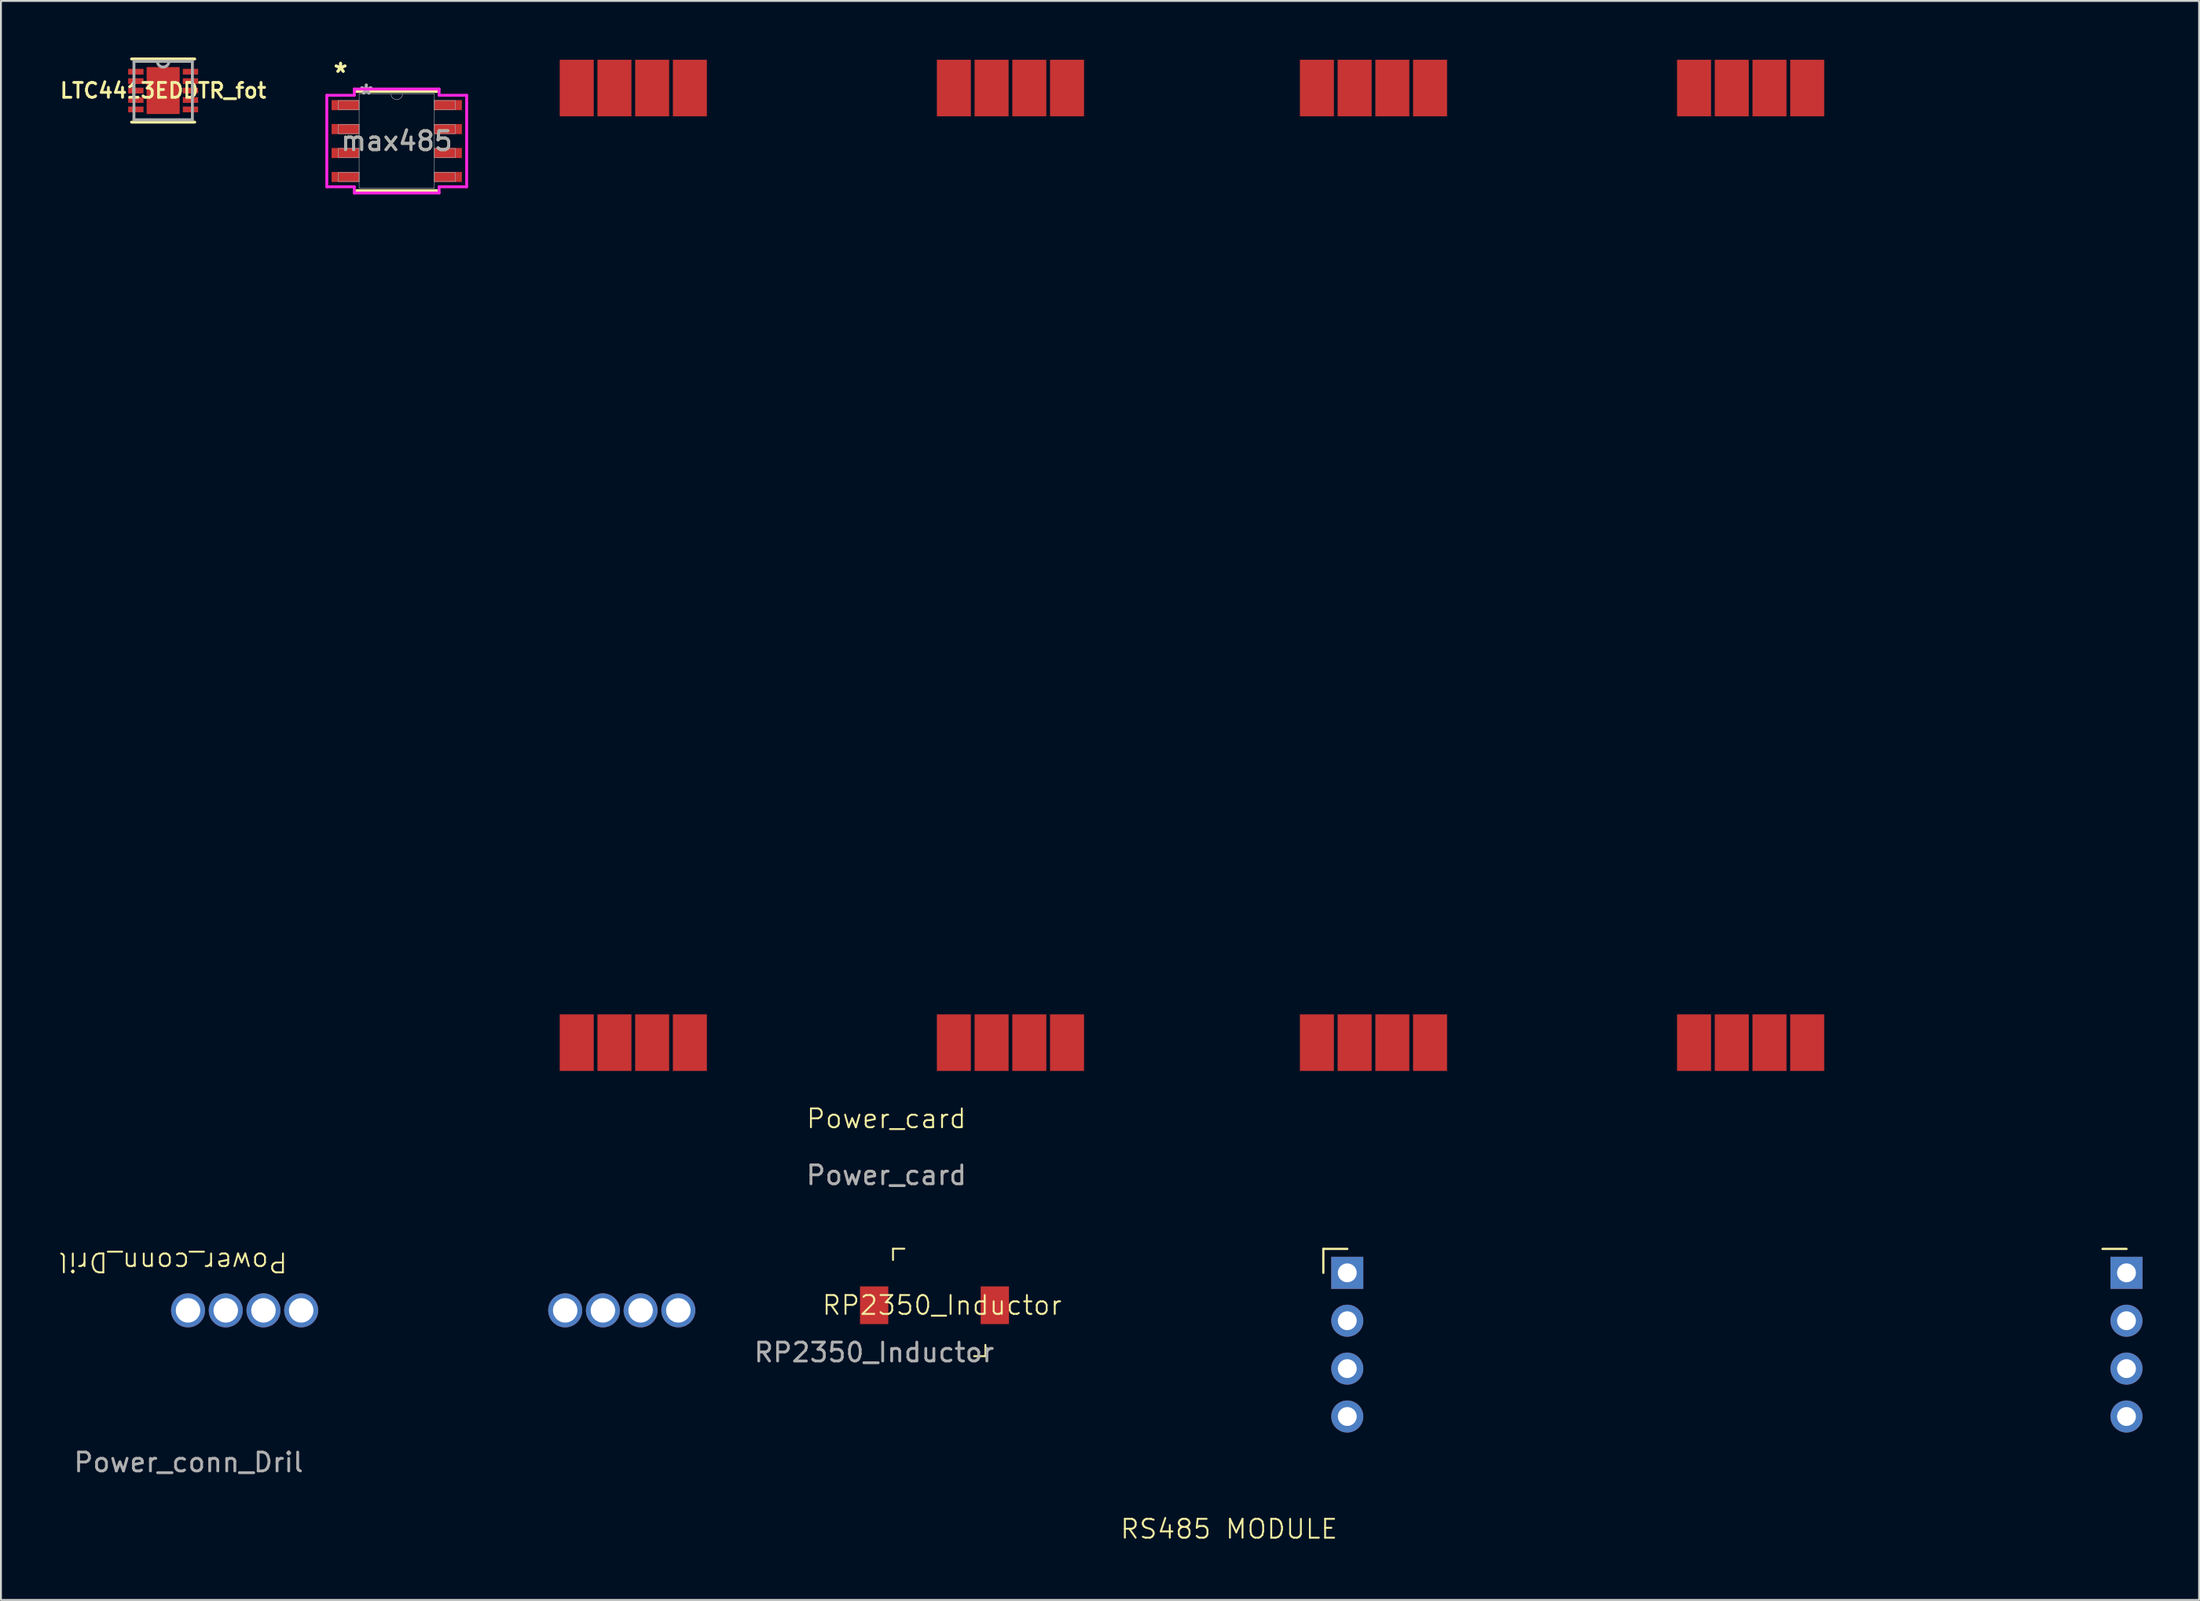
<source format=kicad_pcb>
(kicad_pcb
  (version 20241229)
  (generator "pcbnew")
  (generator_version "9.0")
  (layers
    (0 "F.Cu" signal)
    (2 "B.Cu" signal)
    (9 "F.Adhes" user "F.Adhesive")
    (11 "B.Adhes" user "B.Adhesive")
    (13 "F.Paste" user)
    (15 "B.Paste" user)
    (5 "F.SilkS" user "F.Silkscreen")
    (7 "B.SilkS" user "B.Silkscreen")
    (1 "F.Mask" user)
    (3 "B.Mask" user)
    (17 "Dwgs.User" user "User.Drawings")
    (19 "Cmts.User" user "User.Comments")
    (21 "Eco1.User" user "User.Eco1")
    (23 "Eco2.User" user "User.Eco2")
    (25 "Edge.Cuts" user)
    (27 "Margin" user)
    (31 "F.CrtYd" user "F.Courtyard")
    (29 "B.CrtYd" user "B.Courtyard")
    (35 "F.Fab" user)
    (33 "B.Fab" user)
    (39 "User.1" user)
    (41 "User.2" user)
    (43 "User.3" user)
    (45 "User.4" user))
  (footprint "RS485 MODULE"
    (layer "F.Cu")
    (at 67.074 73.398)
    (property "Reference" "RS485 MODULE" (at -4.95 4.65 0) (unlocked yes) (layer "F.SilkS") (effects (font (size 1 1) (thickness 0.1))))
    (attr smd)
    (fp_line (start 0.05 -10.21) (end 1.32 -10.21) (stroke (width 0.12) (type solid)) (layer "F.SilkS"))
    (fp_line (start 0.05 -8.94) (end 0.05 -10.21) (stroke (width 0.12) (type solid)) (layer "F.SilkS"))
    (fp_line (start 41.37 -10.21) (end 42.64 -10.21) (stroke (width 0.12) (type solid)) (layer "F.SilkS"))
    (fp_line (start 1 -9.26) (end 1 -8.62) (stroke (width 0.1) (type solid)) (layer "F.Fab"))
    (fp_line (start 1 -6.72) (end 1 -6.08) (stroke (width 0.1) (type solid)) (layer "F.Fab"))
    (fp_line (start 1 -4.18) (end 1 -3.54) (stroke (width 0.1) (type solid)) (layer "F.Fab"))
    (fp_line (start 1 -1.64) (end 1 -1) (stroke (width 0.1) (type solid)) (layer "F.Fab"))
    (fp_line (start 42.32 -9.26) (end 42.32 -8.62) (stroke (width 0.1) (type solid)) (layer "F.Fab"))
    (fp_line (start 42.32 -6.72) (end 42.32 -6.08) (stroke (width 0.1) (type solid)) (layer "F.Fab"))
    (fp_line (start 42.32 -4.18) (end 42.32 -3.54) (stroke (width 0.1) (type solid)) (layer "F.Fab"))
    (fp_line (start 42.32 -1.64) (end 42.32 -1) (stroke (width 0.1) (type solid)) (layer "F.Fab"))
    (pad "1" thru_hole rect (at 1.32 -8.94) (size 1.7 1.7) (drill 1) (layers "*.Cu" "*.Mask"))
    (pad "2" thru_hole oval (at 1.32 -6.4) (size 1.7 1.7) (drill 1) (layers "*.Cu" "*.Mask"))
    (pad "3" thru_hole oval (at 1.32 -3.86) (size 1.7 1.7) (drill 1) (layers "*.Cu" "*.Mask"))
    (pad "4" thru_hole oval (at 1.32 -1.32) (size 1.7 1.7) (drill 1) (layers "*.Cu" "*.Mask"))
    (pad "5" thru_hole rect (at 42.64 -8.94) (size 1.7 1.7) (drill 1) (layers "*.Cu" "*.Mask"))
    (pad "6" thru_hole oval (at 42.64 -6.4) (size 1.7 1.7) (drill 1) (layers "*.Cu" "*.Mask"))
    (pad "7" thru_hole oval (at 42.64 -3.86) (size 1.7 1.7) (drill 1) (layers "*.Cu" "*.Mask"))
    (pad "8" thru_hole oval (at 42.64 -1.32) (size 1.7 1.7) (drill 1) (layers "*.Cu" "*.Mask")))
  (footprint "Power_card"
    (layer "F.Cu")
    (at 25.023 51.94)
    (property "Reference" "Power_card" (at 18.93 4.34 0) (unlocked yes) (layer "F.SilkS") (effects (font (size 1 1) (thickness 0.1))))
    (attr smd)
    (fp_rect (start 0 -51.89) (end 69.75 1.92) (stroke (width 0.1) (type default)) (fill no) (layer "Margin"))
    (fp_text user "${REFERENCE}" (at 18.93 7.34 0) (unlocked yes) (layer "F.Fab") (effects (font (size 1 1) (thickness 0.15))))
    (pad "1" smd rect (at 2.51 0.31 90) (size 3 1.803) (layers "F.Cu" "F.Mask" "F.Paste"))
    (pad "1" smd rect (at 4.51 0.31 90) (size 3 1.803) (layers "F.Cu" "F.Mask" "F.Paste"))
    (pad "1" smd rect (at 6.51 0.31 90) (size 3 1.803) (layers "F.Cu" "F.Mask" "F.Paste"))
    (pad "1" smd rect (at 8.51 0.31 90) (size 3 1.803) (layers "F.Cu" "F.Mask" "F.Paste"))
    (pad "2" smd rect (at 22.51 0.31 90) (size 3 1.803) (layers "F.Cu" "F.Mask" "F.Paste"))
    (pad "2" smd rect (at 24.51 0.31 90) (size 3 1.803) (layers "F.Cu" "F.Mask" "F.Paste"))
    (pad "2" smd rect (at 26.51 0.31 90) (size 3 1.803) (layers "F.Cu" "F.Mask" "F.Paste"))
    (pad "2" smd rect (at 28.51 0.31 90) (size 3 1.803) (layers "F.Cu" "F.Mask" "F.Paste"))
    (pad "3" smd rect (at 41.76 0.31 90) (size 3 1.803) (layers "F.Cu" "F.Mask" "F.Paste"))
    (pad "3" smd rect (at 43.76 0.31 90) (size 3 1.803) (layers "F.Cu" "F.Mask" "F.Paste"))
    (pad "3" smd rect (at 45.76 0.31 90) (size 3 1.803) (layers "F.Cu" "F.Mask" "F.Paste"))
    (pad "3" smd rect (at 47.76 0.31 90) (size 3 1.803) (layers "F.Cu" "F.Mask" "F.Paste"))
    (pad "4" smd rect (at 61.76 0.31 90) (size 3 1.803) (layers "F.Cu" "F.Mask" "F.Paste"))
    (pad "4" smd rect (at 63.76 0.31 90) (size 3 1.803) (layers "F.Cu" "F.Mask" "F.Paste"))
    (pad "4" smd rect (at 65.76 0.31 90) (size 3 1.803) (layers "F.Cu" "F.Mask" "F.Paste"))
    (pad "4" smd rect (at 67.76 0.31 90) (size 3 1.803) (layers "F.Cu" "F.Mask" "F.Paste"))
    (pad "5" smd rect (at 2.51 -50.32 90) (size 3 1.803) (layers "F.Cu" "F.Mask" "F.Paste"))
    (pad "5" smd rect (at 4.51 -50.32 90) (size 3 1.803) (layers "F.Cu" "F.Mask" "F.Paste"))
    (pad "5" smd rect (at 6.51 -50.32 90) (size 3 1.803) (layers "F.Cu" "F.Mask" "F.Paste"))
    (pad "5" smd rect (at 8.51 -50.32 90) (size 3 1.803) (layers "F.Cu" "F.Mask" "F.Paste"))
    (pad "6" smd rect (at 22.51 -50.32 90) (size 3 1.803) (layers "F.Cu" "F.Mask" "F.Paste"))
    (pad "6" smd rect (at 24.51 -50.32 90) (size 3 1.803) (layers "F.Cu" "F.Mask" "F.Paste"))
    (pad "6" smd rect (at 26.51 -50.32 90) (size 3 1.803) (layers "F.Cu" "F.Mask" "F.Paste"))
    (pad "6" smd rect (at 28.51 -50.32 90) (size 3 1.803) (layers "F.Cu" "F.Mask" "F.Paste"))
    (pad "7" smd rect (at 41.76 -50.32 90) (size 3 1.803) (layers "F.Cu" "F.Mask" "F.Paste"))
    (pad "7" smd rect (at 43.76 -50.32 90) (size 3 1.803) (layers "F.Cu" "F.Mask" "F.Paste"))
    (pad "7" smd rect (at 45.76 -50.32 90) (size 3 1.803) (layers "F.Cu" "F.Mask" "F.Paste"))
    (pad "7" smd rect (at 47.76 -50.32 90) (size 3 1.803) (layers "F.Cu" "F.Mask" "F.Paste"))
    (pad "8" smd rect (at 61.76 -50.32 90) (size 3 1.803) (layers "F.Cu" "F.Mask" "F.Paste"))
    (pad "8" smd rect (at 63.76 -50.32 90) (size 3 1.803) (layers "F.Cu" "F.Mask" "F.Paste"))
    (pad "8" smd rect (at 65.76 -50.32 90) (size 3 1.803) (layers "F.Cu" "F.Mask" "F.Paste"))
    (pad "8" smd rect (at 67.76 -50.32 90) (size 3 1.803) (layers "F.Cu" "F.Mask" "F.Paste")))
  (footprint "max485"
    (layer "F.Cu")
    (at 17.988 4.43)
    (property "Reference" "max485" (at 0 0 0) (unlocked yes) (layer "F.SilkS") (effects (font (size 1 1) (thickness 0.15))))
    (attr smd)
    (fp_line (start -2.121 2.629) (end 2.121 2.629) (stroke (width 0.152) (type solid)) (layer "F.SilkS"))
    (fp_line (start 2.121 -2.629) (end -2.121 -2.629) (stroke (width 0.152) (type solid)) (layer "F.SilkS"))
    (fp_line (start -3.708 -2.426) (end -2.248 -2.426) (stroke (width 0.152) (type solid)) (layer "F.CrtYd"))
    (fp_line (start -3.708 2.426) (end -3.708 -2.426) (stroke (width 0.152) (type solid)) (layer "F.CrtYd"))
    (fp_line (start -3.708 2.426) (end -2.248 2.426) (stroke (width 0.152) (type solid)) (layer "F.CrtYd"))
    (fp_line (start -2.248 -2.756) (end 2.248 -2.756) (stroke (width 0.152) (type solid)) (layer "F.CrtYd"))
    (fp_line (start -2.248 -2.426) (end -2.248 -2.756) (stroke (width 0.152) (type solid)) (layer "F.CrtYd"))
    (fp_line (start -2.248 2.756) (end -2.248 2.426) (stroke (width 0.152) (type solid)) (layer "F.CrtYd"))
    (fp_line (start 2.248 -2.756) (end 2.248 -2.426) (stroke (width 0.152) (type solid)) (layer "F.CrtYd"))
    (fp_line (start 2.248 2.426) (end 2.248 2.756) (stroke (width 0.152) (type solid)) (layer "F.CrtYd"))
    (fp_line (start 2.248 2.756) (end -2.248 2.756) (stroke (width 0.152) (type solid)) (layer "F.CrtYd"))
    (fp_line (start 3.708 -2.426) (end 2.248 -2.426) (stroke (width 0.152) (type solid)) (layer "F.CrtYd"))
    (fp_line (start 3.708 -2.426) (end 3.708 2.426) (stroke (width 0.152) (type solid)) (layer "F.CrtYd"))
    (fp_line (start 3.708 2.426) (end 2.248 2.426) (stroke (width 0.152) (type solid)) (layer "F.CrtYd"))
    (fp_line (start -3.099 -2.146) (end -3.099 -1.664) (stroke (width 0.025) (type solid)) (layer "F.Fab"))
    (fp_line (start -3.099 -1.664) (end -1.994 -1.664) (stroke (width 0.025) (type solid)) (layer "F.Fab"))
    (fp_line (start -3.099 -0.876) (end -3.099 -0.394) (stroke (width 0.025) (type solid)) (layer "F.Fab"))
    (fp_line (start -3.099 -0.394) (end -1.994 -0.394) (stroke (width 0.025) (type solid)) (layer "F.Fab"))
    (fp_line (start -3.099 0.394) (end -3.099 0.876) (stroke (width 0.025) (type solid)) (layer "F.Fab"))
    (fp_line (start -3.099 0.876) (end -1.994 0.876) (stroke (width 0.025) (type solid)) (layer "F.Fab"))
    (fp_line (start -3.099 1.664) (end -3.099 2.146) (stroke (width 0.025) (type solid)) (layer "F.Fab"))
    (fp_line (start -3.099 2.146) (end -1.994 2.146) (stroke (width 0.025) (type solid)) (layer "F.Fab"))
    (fp_line (start -1.994 -2.502) (end -1.994 2.502) (stroke (width 0.025) (type solid)) (layer "F.Fab"))
    (fp_line (start -1.994 -2.146) (end -3.099 -2.146) (stroke (width 0.025) (type solid)) (layer "F.Fab"))
    (fp_line (start -1.994 -1.664) (end -1.994 -2.146) (stroke (width 0.025) (type solid)) (layer "F.Fab"))
    (fp_line (start -1.994 -0.876) (end -3.099 -0.876) (stroke (width 0.025) (type solid)) (layer "F.Fab"))
    (fp_line (start -1.994 -0.394) (end -1.994 -0.876) (stroke (width 0.025) (type solid)) (layer "F.Fab"))
    (fp_line (start -1.994 0.394) (end -3.099 0.394) (stroke (width 0.025) (type solid)) (layer "F.Fab"))
    (fp_line (start -1.994 0.876) (end -1.994 0.394) (stroke (width 0.025) (type solid)) (layer "F.Fab"))
    (fp_line (start -1.994 1.664) (end -3.099 1.664) (stroke (width 0.025) (type solid)) (layer "F.Fab"))
    (fp_line (start -1.994 2.146) (end -1.994 1.664) (stroke (width 0.025) (type solid)) (layer "F.Fab"))
    (fp_line (start -1.994 2.502) (end 1.994 2.502) (stroke (width 0.025) (type solid)) (layer "F.Fab"))
    (fp_line (start 1.994 -2.502) (end -1.994 -2.502) (stroke (width 0.025) (type solid)) (layer "F.Fab"))
    (fp_line (start 1.994 -2.146) (end 1.994 -1.664) (stroke (width 0.025) (type solid)) (layer "F.Fab"))
    (fp_line (start 1.994 -1.664) (end 3.099 -1.664) (stroke (width 0.025) (type solid)) (layer "F.Fab"))
    (fp_line (start 1.994 -0.876) (end 1.994 -0.394) (stroke (width 0.025) (type solid)) (layer "F.Fab"))
    (fp_line (start 1.994 -0.394) (end 3.099 -0.394) (stroke (width 0.025) (type solid)) (layer "F.Fab"))
    (fp_line (start 1.994 0.394) (end 1.994 0.876) (stroke (width 0.025) (type solid)) (layer "F.Fab"))
    (fp_line (start 1.994 0.876) (end 3.099 0.876) (stroke (width 0.025) (type solid)) (layer "F.Fab"))
    (fp_line (start 1.994 1.664) (end 1.994 2.146) (stroke (width 0.025) (type solid)) (layer "F.Fab"))
    (fp_line (start 1.994 2.146) (end 3.099 2.146) (stroke (width 0.025) (type solid)) (layer "F.Fab"))
    (fp_line (start 1.994 2.502) (end 1.994 -2.502) (stroke (width 0.025) (type solid)) (layer "F.Fab"))
    (fp_line (start 3.099 -2.146) (end 1.994 -2.146) (stroke (width 0.025) (type solid)) (layer "F.Fab"))
    (fp_line (start 3.099 -1.664) (end 3.099 -2.146) (stroke (width 0.025) (type solid)) (layer "F.Fab"))
    (fp_line (start 3.099 -0.876) (end 1.994 -0.876) (stroke (width 0.025) (type solid)) (layer "F.Fab"))
    (fp_line (start 3.099 -0.394) (end 3.099 -0.876) (stroke (width 0.025) (type solid)) (layer "F.Fab"))
    (fp_line (start 3.099 0.394) (end 1.994 0.394) (stroke (width 0.025) (type solid)) (layer "F.Fab"))
    (fp_line (start 3.099 0.876) (end 3.099 0.394) (stroke (width 0.025) (type solid)) (layer "F.Fab"))
    (fp_line (start 3.099 1.664) (end 1.994 1.664) (stroke (width 0.025) (type solid)) (layer "F.Fab"))
    (fp_line (start 3.099 2.146) (end 3.099 1.664) (stroke (width 0.025) (type solid)) (layer "F.Fab"))
    (fp_arc (start 0.3048 -2.5019) (mid 0 -2.1971) (end -0.3048 -2.5019) (stroke (width 0.0254) (type solid)) (layer "F.Fab"))
    (fp_text user "*" (at -2.978 -3.581 0) (layer "F.SilkS") (effects (font (size 1 1) (thickness 0.15))))
    (fp_text user "*" (at -2.978 -3.581 0) (unlocked yes) (layer "F.SilkS") (effects (font (size 1 1) (thickness 0.15))))
    (fp_text user "*" (at -1.613 -2.426 0) (layer "F.Fab") (effects (font (size 1 1) (thickness 0.15))))
    (fp_text user "*" (at -1.613 -2.426 0) (unlocked yes) (layer "F.Fab") (effects (font (size 1 1) (thickness 0.15))))
    (fp_text user "${REFERENCE}" (at 0 0 0) (unlocked yes) (layer "F.Fab") (effects (font (size 1 1) (thickness 0.15))))
    (pad "1" smd rect (at -2.724 -1.905) (size 1.46 0.533) (layers "F.Cu" "F.Mask" "F.Paste"))
    (pad "2" smd rect (at -2.724 -0.635) (size 1.46 0.533) (layers "F.Cu" "F.Mask" "F.Paste"))
    (pad "3" smd rect (at -2.724 0.635) (size 1.46 0.533) (layers "F.Cu" "F.Mask" "F.Paste"))
    (pad "4" smd rect (at -2.724 1.905) (size 1.46 0.533) (layers "F.Cu" "F.Mask" "F.Paste"))
    (pad "5" smd rect (at 2.724 1.905) (size 1.46 0.533) (layers "F.Cu" "F.Mask" "F.Paste"))
    (pad "6" smd rect (at 2.724 0.635) (size 1.46 0.533) (layers "F.Cu" "F.Mask" "F.Paste"))
    (pad "7" smd rect (at 2.724 -0.635) (size 1.46 0.533) (layers "F.Cu" "F.Mask" "F.Paste"))
    (pad "8" smd rect (at 2.724 -1.905) (size 1.46 0.533) (layers "F.Cu" "F.Mask" "F.Paste")))
  (footprint "LTC4413EDDTR_fot"
    (layer "F.Cu")
    (at 5.602 1.753)
    (property "Reference" "LTC4413EDDTR_fot" (at 0 0 0) (layer "F.SilkS") (effects (font (size 0.787 0.787) (thickness 0.15))))
    (attr smd)
    (fp_line (start -1.676 1.676) (end 1.676 1.676) (stroke (width 0.152) (type solid)) (layer "F.SilkS"))
    (fp_line (start 1.676 -1.676) (end -1.676 -1.676) (stroke (width 0.152) (type solid)) (layer "F.SilkS"))
    (fp_poly (pts (xy -0.876 -1.245) (xy -0.876 1.245) (xy 0.876 1.245) (xy 0.876 -1.245)) (stroke (width 0.025) (type solid)) (fill yes) (layer "F.Paste"))
    (fp_line (start -1.549 -1.549) (end -1.549 1.549) (stroke (width 0.152) (type solid)) (layer "F.Fab"))
    (fp_line (start -1.549 1.549) (end 1.549 1.549) (stroke (width 0.152) (type solid)) (layer "F.Fab"))
    (fp_line (start -0.305 -1.549) (end -1.549 -1.549) (stroke (width 0.152) (type solid)) (layer "F.Fab"))
    (fp_line (start 0.305 -1.549) (end -0.305 -1.549) (stroke (width 0.152) (type solid)) (layer "F.Fab"))
    (fp_line (start 1.549 -1.549) (end 0.305 -1.549) (stroke (width 0.152) (type solid)) (layer "F.Fab"))
    (fp_line (start 1.549 1.549) (end 1.549 -1.549) (stroke (width 0.152) (type solid)) (layer "F.Fab"))
    (fp_arc (start 0.3048 -1.5494) (mid 0 -1.2446) (end -0.3048 -1.5494) (stroke (width 0.1524) (type solid)) (layer "F.Fab"))
    (pad "1" smd rect (at -1.448 -1) (size 0.813 0.305) (layers "F.Cu" "F.Mask" "F.Paste"))
    (pad "2" smd rect (at -1.448 -0.5) (size 0.813 0.305) (layers "F.Cu" "F.Mask" "F.Paste"))
    (pad "3" smd rect (at -1.448 0) (size 0.813 0.305) (layers "F.Cu" "F.Mask" "F.Paste"))
    (pad "4" smd rect (at -1.448 0.5) (size 0.813 0.305) (layers "F.Cu" "F.Mask" "F.Paste"))
    (pad "5" smd rect (at -1.448 1) (size 0.813 0.305) (layers "F.Cu" "F.Mask" "F.Paste"))
    (pad "6" smd rect (at 1.448 1) (size 0.813 0.305) (layers "F.Cu" "F.Mask" "F.Paste"))
    (pad "7" smd rect (at 1.448 0.5) (size 0.813 0.305) (layers "F.Cu" "F.Mask" "F.Paste"))
    (pad "8" smd rect (at 1.448 0) (size 0.813 0.305) (layers "F.Cu" "F.Mask" "F.Paste"))
    (pad "9" smd rect (at 1.448 -0.5) (size 0.813 0.305) (layers "F.Cu" "F.Mask" "F.Paste"))
    (pad "10" smd rect (at 1.448 -1) (size 0.813 0.305) (layers "F.Cu" "F.Mask" "F.Paste"))
    (pad "11" smd rect (at 0 0) (size 1.753 2.489) (layers "F.Cu" "F.Mask")))
  (footprint "RP2350_Inductor"
    (layer "F.Cu")
    (at 43.305 66.178)
    (property "Reference" "RP2350_Inductor" (at 3.6 0 0) (unlocked yes) (layer "F.SilkS") (effects (font (size 1 1) (thickness 0.1))))
    (attr smd)
    (fp_line (start 1 -3) (end 1 -2.4) (stroke (width 0.1) (type default)) (layer "F.SilkS"))
    (fp_line (start 1.6 -3) (end 1 -3) (stroke (width 0.1) (type default)) (layer "F.SilkS"))
    (fp_line (start 5.9 2.1) (end 5.9 2.7) (stroke (width 0.1) (type default)) (layer "F.SilkS"))
    (fp_line (start 5.9 2.7) (end 5.3 2.7) (stroke (width 0.1) (type default)) (layer "F.SilkS"))
    (fp_text user "${REFERENCE}" (at 0 2.5 0) (unlocked yes) (layer "F.Fab") (effects (font (size 1 1) (thickness 0.15))))
    (pad "1" smd rect (at 0 0) (size 1.5 2) (layers "F.Cu" "F.Mask" "F.Paste"))
    (pad "2" smd rect (at 6.4 0) (size 1.5 2) (layers "F.Cu" "F.Mask" "F.Paste")))
  (footprint "Power_conn_Dril"
    (layer "F.Cu")
    (at 6.921 66.449)
    (property "Reference" "Power_conn_Dril" (at -0.8 -2.56 180) (unlocked yes) (layer "F.SilkS") (effects (font (size 1 1) (thickness 0.1))))
    (attr smd)
    (fp_text user "${REFERENCE}" (at 0.03 8.06 0) (unlocked yes) (layer "F.Fab") (effects (font (size 1 1) (thickness 0.15))))
    (pad "1" thru_hole circle (at 0 0) (size 1.803 1.803) (drill 1.295) (layers "*.Cu" "*.Mask"))
    (pad "1" thru_hole circle (at 2 0) (size 1.803 1.803) (drill 1.295) (layers "*.Cu" "*.Mask"))
    (pad "1" thru_hole circle (at 4 0) (size 1.803 1.803) (drill 1.295) (layers "*.Cu" "*.Mask"))
    (pad "1" thru_hole circle (at 6 0) (size 1.803 1.803) (drill 1.295) (layers "*.Cu" "*.Mask"))
    (pad "2" thru_hole circle (at 20 0) (size 1.803 1.803) (drill 1.295) (layers "*.Cu" "*.Mask"))
    (pad "2" thru_hole circle (at 22 0) (size 1.803 1.803) (drill 1.295) (layers "*.Cu" "*.Mask"))
    (pad "2" thru_hole circle (at 24 0) (size 1.803 1.803) (drill 1.295) (layers "*.Cu" "*.Mask"))
    (pad "2" thru_hole circle (at 26 0) (size 1.803 1.803) (drill 1.295) (layers "*.Cu" "*.Mask")))
  (gr_rect
    (start -3 -3)
    (end 113.564 81.809)
    (stroke (width 0.1) (type default))
    (fill no)
    (layer "Edge.Cuts")))
</source>
